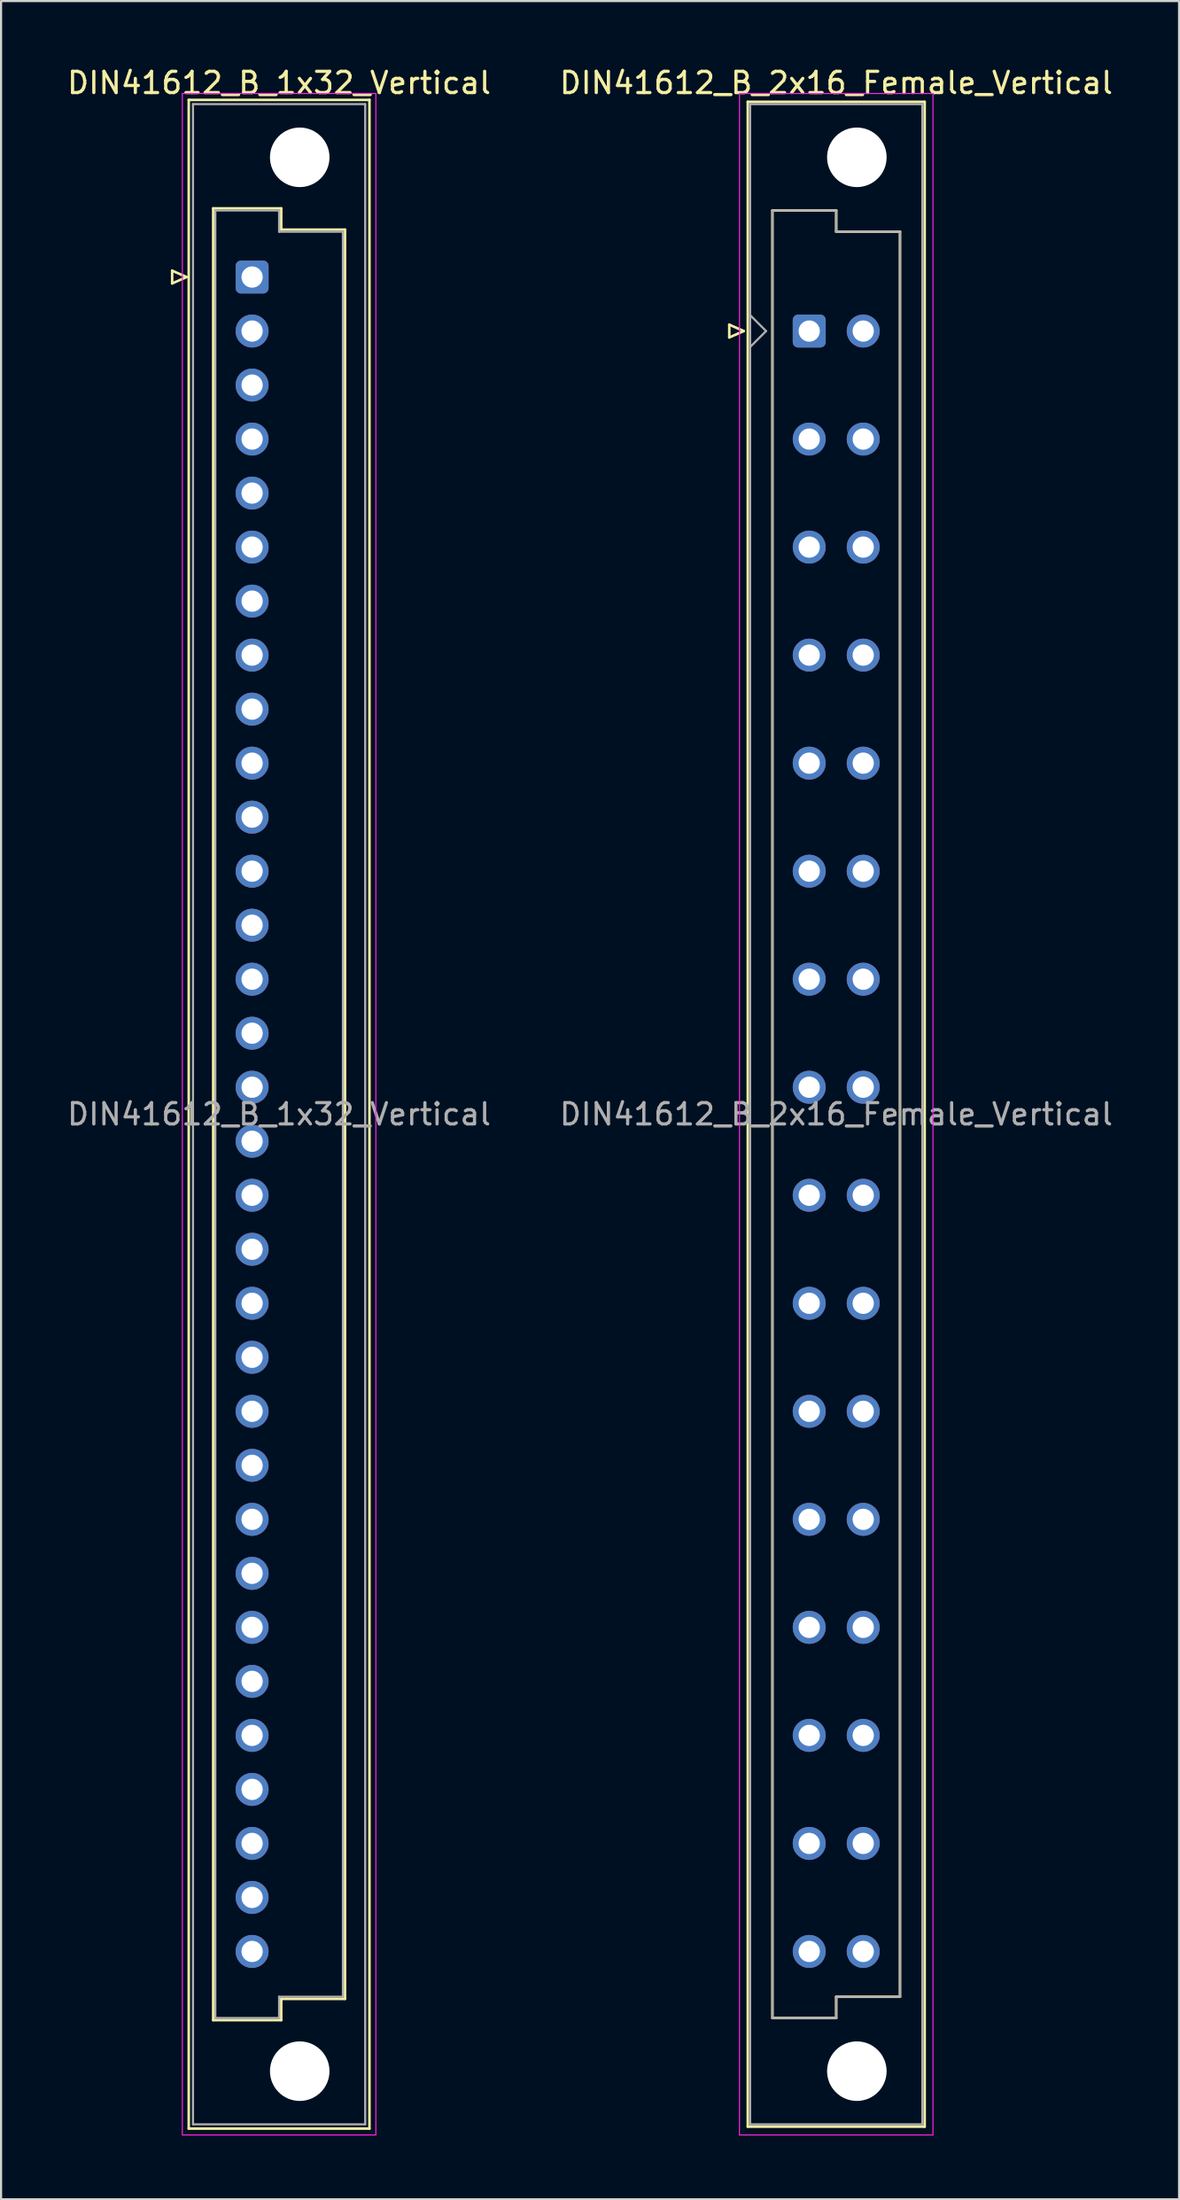
<source format=kicad_pcb>
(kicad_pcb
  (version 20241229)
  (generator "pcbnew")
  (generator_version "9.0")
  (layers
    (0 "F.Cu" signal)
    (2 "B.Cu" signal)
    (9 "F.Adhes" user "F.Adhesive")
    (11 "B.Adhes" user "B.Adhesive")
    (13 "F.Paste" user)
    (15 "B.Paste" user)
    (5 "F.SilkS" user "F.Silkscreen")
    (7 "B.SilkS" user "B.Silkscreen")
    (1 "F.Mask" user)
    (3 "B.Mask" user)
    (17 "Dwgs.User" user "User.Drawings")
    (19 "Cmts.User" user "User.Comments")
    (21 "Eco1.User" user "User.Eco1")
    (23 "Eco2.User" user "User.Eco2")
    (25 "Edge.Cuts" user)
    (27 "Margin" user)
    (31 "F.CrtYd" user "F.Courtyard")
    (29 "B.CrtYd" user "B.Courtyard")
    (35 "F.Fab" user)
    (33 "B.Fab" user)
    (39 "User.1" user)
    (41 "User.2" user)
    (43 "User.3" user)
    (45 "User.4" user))
  (footprint "DIN41612_B_1x32_Vertical"
    (layer "F.Cu")
    (at 8.807 9.978)
    (property "Reference" "DIN41612_B_1x32_Vertical" (at 1.27 -9.13 0) (layer "F.SilkS") (effects (font (size 1 1) (thickness 0.15))))
    (attr through_hole)
    (fp_line (start -3.76 -0.3) (end -3.76 0.3) (stroke (width 0.12) (type solid)) (layer "F.SilkS"))
    (fp_line (start -3.76 0.3) (end -3.08 0) (stroke (width 0.12) (type solid)) (layer "F.SilkS"))
    (fp_line (start -3.08 0) (end -3.76 -0.3) (stroke (width 0.12) (type solid)) (layer "F.SilkS"))
    (fp_line (start -2.98 -8.33) (end 5.52 -8.33) (stroke (width 0.12) (type solid)) (layer "F.SilkS"))
    (fp_line (start -2.98 87.07) (end -2.98 -8.33) (stroke (width 0.12) (type solid)) (layer "F.SilkS"))
    (fp_line (start -1.83 -3.23) (end 1.37 -3.23) (stroke (width 0.12) (type solid)) (layer "F.SilkS"))
    (fp_line (start -1.83 81.97) (end -1.83 -3.23) (stroke (width 0.12) (type solid)) (layer "F.SilkS"))
    (fp_line (start 1.37 -3.23) (end 1.37 -2.23) (stroke (width 0.12) (type solid)) (layer "F.SilkS"))
    (fp_line (start 1.37 -2.23) (end 4.37 -2.23) (stroke (width 0.12) (type solid)) (layer "F.SilkS"))
    (fp_line (start 1.37 80.97) (end 1.37 81.97) (stroke (width 0.12) (type solid)) (layer "F.SilkS"))
    (fp_line (start 1.37 81.97) (end -1.83 81.97) (stroke (width 0.12) (type solid)) (layer "F.SilkS"))
    (fp_line (start 4.37 -2.23) (end 4.37 80.97) (stroke (width 0.12) (type solid)) (layer "F.SilkS"))
    (fp_line (start 4.37 80.97) (end 1.37 80.97) (stroke (width 0.12) (type solid)) (layer "F.SilkS"))
    (fp_line (start 5.52 -8.33) (end 5.52 87.07) (stroke (width 0.12) (type solid)) (layer "F.SilkS"))
    (fp_line (start 5.52 87.07) (end -2.98 87.07) (stroke (width 0.12) (type solid)) (layer "F.SilkS"))
    (fp_line (start -3.28 -8.63) (end 5.82 -8.63) (stroke (width 0.05) (type solid)) (layer "F.CrtYd"))
    (fp_line (start -3.28 87.37) (end -3.28 -8.63) (stroke (width 0.05) (type solid)) (layer "F.CrtYd"))
    (fp_line (start 5.82 -8.63) (end 5.82 87.37) (stroke (width 0.05) (type solid)) (layer "F.CrtYd"))
    (fp_line (start 5.82 87.37) (end -3.28 87.37) (stroke (width 0.05) (type solid)) (layer "F.CrtYd"))
    (fp_line (start -2.78 -8.13) (end 5.32 -8.13) (stroke (width 0.1) (type solid)) (layer "F.Fab"))
    (fp_line (start -2.78 86.87) (end -2.78 -8.13) (stroke (width 0.1) (type solid)) (layer "F.Fab"))
    (fp_line (start -1.73 -3.13) (end 1.27 -3.13) (stroke (width 0.1) (type solid)) (layer "F.Fab"))
    (fp_line (start -1.73 81.87) (end -1.73 -3.13) (stroke (width 0.1) (type solid)) (layer "F.Fab"))
    (fp_line (start 1.27 -3.13) (end 1.27 -2.13) (stroke (width 0.1) (type solid)) (layer "F.Fab"))
    (fp_line (start 1.27 -2.13) (end 4.27 -2.13) (stroke (width 0.1) (type solid)) (layer "F.Fab"))
    (fp_line (start 1.27 80.87) (end 1.27 81.87) (stroke (width 0.1) (type solid)) (layer "F.Fab"))
    (fp_line (start 1.27 81.87) (end -1.73 81.87) (stroke (width 0.1) (type solid)) (layer "F.Fab"))
    (fp_line (start 4.27 -2.13) (end 4.27 80.87) (stroke (width 0.1) (type solid)) (layer "F.Fab"))
    (fp_line (start 4.27 80.87) (end 1.27 80.87) (stroke (width 0.1) (type solid)) (layer "F.Fab"))
    (fp_line (start 5.32 -8.13) (end 5.32 86.87) (stroke (width 0.1) (type solid)) (layer "F.Fab"))
    (fp_line (start 5.32 86.87) (end -2.78 86.87) (stroke (width 0.1) (type solid)) (layer "F.Fab"))
    (fp_text user "${REFERENCE}" (at 1.27 39.37 0) (layer "F.Fab") (effects (font (size 1 1) (thickness 0.15))))
    (pad "" np_thru_hole circle (at 2.24 -5.63) (size 2.8 2.8) (drill 2.8) (layers "*.Cu" "*.Mask"))
    (pad "" np_thru_hole circle (at 2.24 84.37) (size 2.8 2.8) (drill 2.8) (layers "*.Cu" "*.Mask"))
    (pad "a1" thru_hole roundrect (at 0 0) (size 1.55 1.55) (drill 1) (layers "*.Cu" "*.Mask") (roundrect_rratio 0.161))
    (pad "a2" thru_hole circle (at 0 2.54) (size 1.55 1.55) (drill 1) (layers "*.Cu" "*.Mask"))
    (pad "a3" thru_hole circle (at 0 5.08) (size 1.55 1.55) (drill 1) (layers "*.Cu" "*.Mask"))
    (pad "a4" thru_hole circle (at 0 7.62) (size 1.55 1.55) (drill 1) (layers "*.Cu" "*.Mask"))
    (pad "a5" thru_hole circle (at 0 10.16) (size 1.55 1.55) (drill 1) (layers "*.Cu" "*.Mask"))
    (pad "a6" thru_hole circle (at 0 12.7) (size 1.55 1.55) (drill 1) (layers "*.Cu" "*.Mask"))
    (pad "a7" thru_hole circle (at 0 15.24) (size 1.55 1.55) (drill 1) (layers "*.Cu" "*.Mask"))
    (pad "a8" thru_hole circle (at 0 17.78) (size 1.55 1.55) (drill 1) (layers "*.Cu" "*.Mask"))
    (pad "a9" thru_hole circle (at 0 20.32) (size 1.55 1.55) (drill 1) (layers "*.Cu" "*.Mask"))
    (pad "a10" thru_hole circle (at 0 22.86) (size 1.55 1.55) (drill 1) (layers "*.Cu" "*.Mask"))
    (pad "a11" thru_hole circle (at 0 25.4) (size 1.55 1.55) (drill 1) (layers "*.Cu" "*.Mask"))
    (pad "a12" thru_hole circle (at 0 27.94) (size 1.55 1.55) (drill 1) (layers "*.Cu" "*.Mask"))
    (pad "a13" thru_hole circle (at 0 30.48) (size 1.55 1.55) (drill 1) (layers "*.Cu" "*.Mask"))
    (pad "a14" thru_hole circle (at 0 33.02) (size 1.55 1.55) (drill 1) (layers "*.Cu" "*.Mask"))
    (pad "a15" thru_hole circle (at 0 35.56) (size 1.55 1.55) (drill 1) (layers "*.Cu" "*.Mask"))
    (pad "a16" thru_hole circle (at 0 38.1) (size 1.55 1.55) (drill 1) (layers "*.Cu" "*.Mask"))
    (pad "a17" thru_hole circle (at 0 40.64) (size 1.55 1.55) (drill 1) (layers "*.Cu" "*.Mask"))
    (pad "a18" thru_hole circle (at 0 43.18) (size 1.55 1.55) (drill 1) (layers "*.Cu" "*.Mask"))
    (pad "a19" thru_hole circle (at 0 45.72) (size 1.55 1.55) (drill 1) (layers "*.Cu" "*.Mask"))
    (pad "a20" thru_hole circle (at 0 48.26) (size 1.55 1.55) (drill 1) (layers "*.Cu" "*.Mask"))
    (pad "a21" thru_hole circle (at 0 50.8) (size 1.55 1.55) (drill 1) (layers "*.Cu" "*.Mask"))
    (pad "a22" thru_hole circle (at 0 53.34) (size 1.55 1.55) (drill 1) (layers "*.Cu" "*.Mask"))
    (pad "a23" thru_hole circle (at 0 55.88) (size 1.55 1.55) (drill 1) (layers "*.Cu" "*.Mask"))
    (pad "a24" thru_hole circle (at 0 58.42) (size 1.55 1.55) (drill 1) (layers "*.Cu" "*.Mask"))
    (pad "a25" thru_hole circle (at 0 60.96) (size 1.55 1.55) (drill 1) (layers "*.Cu" "*.Mask"))
    (pad "a26" thru_hole circle (at 0 63.5) (size 1.55 1.55) (drill 1) (layers "*.Cu" "*.Mask"))
    (pad "a27" thru_hole circle (at 0 66.04) (size 1.55 1.55) (drill 1) (layers "*.Cu" "*.Mask"))
    (pad "a28" thru_hole circle (at 0 68.58) (size 1.55 1.55) (drill 1) (layers "*.Cu" "*.Mask"))
    (pad "a29" thru_hole circle (at 0 71.12) (size 1.55 1.55) (drill 1) (layers "*.Cu" "*.Mask"))
    (pad "a30" thru_hole circle (at 0 73.66) (size 1.55 1.55) (drill 1) (layers "*.Cu" "*.Mask"))
    (pad "a31" thru_hole circle (at 0 76.2) (size 1.55 1.55) (drill 1) (layers "*.Cu" "*.Mask"))
    (pad "a32" thru_hole circle (at 0 78.74) (size 1.55 1.55) (drill 1) (layers "*.Cu" "*.Mask")))
  (footprint "DIN41612_B_2x16_Female_Vertical"
    (layer "F.Cu")
    (at 35.01 9.978)
    (property "Reference" "DIN41612_B_2x16_Female_Vertical" (at 1.27 -9.13 0) (layer "F.SilkS") (effects (font (size 1 1) (thickness 0.15))))
    (attr through_hole)
    (fp_line (start -3.76 2.24) (end -3.76 2.84) (stroke (width 0.12) (type solid)) (layer "F.SilkS"))
    (fp_line (start -3.76 2.84) (end -3.08 2.54) (stroke (width 0.12) (type solid)) (layer "F.SilkS"))
    (fp_line (start -3.08 2.54) (end -3.76 2.24) (stroke (width 0.12) (type solid)) (layer "F.SilkS"))
    (fp_line (start -2.89 -8.24) (end 5.43 -8.24) (stroke (width 0.12) (type solid)) (layer "F.SilkS"))
    (fp_line (start -2.89 86.98) (end -2.89 -8.24) (stroke (width 0.12) (type solid)) (layer "F.SilkS"))
    (fp_line (start -1.73 -3.13) (end 1.27 -3.13) (stroke (width 0.12) (type solid)) (layer "F.SilkS"))
    (fp_line (start -1.73 81.87) (end -1.73 -3.13) (stroke (width 0.12) (type solid)) (layer "F.SilkS"))
    (fp_line (start 1.27 -3.13) (end 1.27 -2.13) (stroke (width 0.12) (type solid)) (layer "F.SilkS"))
    (fp_line (start 1.27 -2.13) (end 4.27 -2.13) (stroke (width 0.12) (type solid)) (layer "F.SilkS"))
    (fp_line (start 1.27 80.87) (end 1.27 81.87) (stroke (width 0.12) (type solid)) (layer "F.SilkS"))
    (fp_line (start 1.27 81.87) (end -1.73 81.87) (stroke (width 0.12) (type solid)) (layer "F.SilkS"))
    (fp_line (start 4.27 -2.13) (end 4.27 80.87) (stroke (width 0.12) (type solid)) (layer "F.SilkS"))
    (fp_line (start 4.27 80.87) (end 1.27 80.87) (stroke (width 0.12) (type solid)) (layer "F.SilkS"))
    (fp_line (start 5.43 -8.24) (end 5.43 86.98) (stroke (width 0.12) (type solid)) (layer "F.SilkS"))
    (fp_line (start 5.43 86.98) (end -2.89 86.98) (stroke (width 0.12) (type solid)) (layer "F.SilkS"))
    (fp_line (start -3.28 -8.63) (end 5.82 -8.63) (stroke (width 0.05) (type solid)) (layer "F.CrtYd"))
    (fp_line (start -3.28 87.37) (end -3.28 -8.63) (stroke (width 0.05) (type solid)) (layer "F.CrtYd"))
    (fp_line (start 5.82 -8.63) (end 5.82 87.37) (stroke (width 0.05) (type solid)) (layer "F.CrtYd"))
    (fp_line (start 5.82 87.37) (end -3.28 87.37) (stroke (width 0.05) (type solid)) (layer "F.CrtYd"))
    (fp_line (start -2.78 -8.13) (end 5.32 -8.13) (stroke (width 0.1) (type solid)) (layer "F.Fab"))
    (fp_line (start -2.78 1.79) (end -2.03 2.54) (stroke (width 0.1) (type solid)) (layer "F.Fab"))
    (fp_line (start -2.78 86.87) (end -2.78 -8.13) (stroke (width 0.1) (type solid)) (layer "F.Fab"))
    (fp_line (start -2.03 2.54) (end -2.78 3.29) (stroke (width 0.1) (type solid)) (layer "F.Fab"))
    (fp_line (start -1.73 -3.13) (end 1.27 -3.13) (stroke (width 0.1) (type solid)) (layer "F.Fab"))
    (fp_line (start -1.73 81.87) (end -1.73 -3.13) (stroke (width 0.1) (type solid)) (layer "F.Fab"))
    (fp_line (start 1.27 -3.13) (end 1.27 -2.13) (stroke (width 0.1) (type solid)) (layer "F.Fab"))
    (fp_line (start 1.27 -2.13) (end 4.27 -2.13) (stroke (width 0.1) (type solid)) (layer "F.Fab"))
    (fp_line (start 1.27 80.87) (end 1.27 81.87) (stroke (width 0.1) (type solid)) (layer "F.Fab"))
    (fp_line (start 1.27 81.87) (end -1.73 81.87) (stroke (width 0.1) (type solid)) (layer "F.Fab"))
    (fp_line (start 4.27 -2.13) (end 4.27 80.87) (stroke (width 0.1) (type solid)) (layer "F.Fab"))
    (fp_line (start 4.27 80.87) (end 1.27 80.87) (stroke (width 0.1) (type solid)) (layer "F.Fab"))
    (fp_line (start 5.32 -8.13) (end 5.32 86.87) (stroke (width 0.1) (type solid)) (layer "F.Fab"))
    (fp_line (start 5.32 86.87) (end -2.78 86.87) (stroke (width 0.1) (type solid)) (layer "F.Fab"))
    (fp_text user "${REFERENCE}" (at 1.27 39.37 0) (layer "F.Fab") (effects (font (size 1 1) (thickness 0.15))))
    (pad "" np_thru_hole circle (at 2.24 -5.63) (size 2.8 2.8) (drill 2.8) (layers "*.Cu" "*.Mask"))
    (pad "" np_thru_hole circle (at 2.24 84.37) (size 2.8 2.8) (drill 2.8) (layers "*.Cu" "*.Mask"))
    (pad "a2" thru_hole roundrect (at 0 2.54) (size 1.55 1.55) (drill 1) (layers "*.Cu" "*.Mask") (roundrect_rratio 0.161))
    (pad "a4" thru_hole circle (at 0 7.62) (size 1.55 1.55) (drill 1) (layers "*.Cu" "*.Mask"))
    (pad "a6" thru_hole circle (at 0 12.7) (size 1.55 1.55) (drill 1) (layers "*.Cu" "*.Mask"))
    (pad "a8" thru_hole circle (at 0 17.78) (size 1.55 1.55) (drill 1) (layers "*.Cu" "*.Mask"))
    (pad "a10" thru_hole circle (at 0 22.86) (size 1.55 1.55) (drill 1) (layers "*.Cu" "*.Mask"))
    (pad "a12" thru_hole circle (at 0 27.94) (size 1.55 1.55) (drill 1) (layers "*.Cu" "*.Mask"))
    (pad "a14" thru_hole circle (at 0 33.02) (size 1.55 1.55) (drill 1) (layers "*.Cu" "*.Mask"))
    (pad "a16" thru_hole circle (at 0 38.1) (size 1.55 1.55) (drill 1) (layers "*.Cu" "*.Mask"))
    (pad "a18" thru_hole circle (at 0 43.18) (size 1.55 1.55) (drill 1) (layers "*.Cu" "*.Mask"))
    (pad "a20" thru_hole circle (at 0 48.26) (size 1.55 1.55) (drill 1) (layers "*.Cu" "*.Mask"))
    (pad "a22" thru_hole circle (at 0 53.34) (size 1.55 1.55) (drill 1) (layers "*.Cu" "*.Mask"))
    (pad "a24" thru_hole circle (at 0 58.42) (size 1.55 1.55) (drill 1) (layers "*.Cu" "*.Mask"))
    (pad "a26" thru_hole circle (at 0 63.5) (size 1.55 1.55) (drill 1) (layers "*.Cu" "*.Mask"))
    (pad "a28" thru_hole circle (at 0 68.58) (size 1.55 1.55) (drill 1) (layers "*.Cu" "*.Mask"))
    (pad "a30" thru_hole circle (at 0 73.66) (size 1.55 1.55) (drill 1) (layers "*.Cu" "*.Mask"))
    (pad "a32" thru_hole circle (at 0 78.74) (size 1.55 1.55) (drill 1) (layers "*.Cu" "*.Mask"))
    (pad "b2" thru_hole circle (at 2.54 2.54) (size 1.55 1.55) (drill 1) (layers "*.Cu" "*.Mask"))
    (pad "b4" thru_hole circle (at 2.54 7.62) (size 1.55 1.55) (drill 1) (layers "*.Cu" "*.Mask"))
    (pad "b6" thru_hole circle (at 2.54 12.7) (size 1.55 1.55) (drill 1) (layers "*.Cu" "*.Mask"))
    (pad "b8" thru_hole circle (at 2.54 17.78) (size 1.55 1.55) (drill 1) (layers "*.Cu" "*.Mask"))
    (pad "b10" thru_hole circle (at 2.54 22.86) (size 1.55 1.55) (drill 1) (layers "*.Cu" "*.Mask"))
    (pad "b12" thru_hole circle (at 2.54 27.94) (size 1.55 1.55) (drill 1) (layers "*.Cu" "*.Mask"))
    (pad "b14" thru_hole circle (at 2.54 33.02) (size 1.55 1.55) (drill 1) (layers "*.Cu" "*.Mask"))
    (pad "b16" thru_hole circle (at 2.54 38.1) (size 1.55 1.55) (drill 1) (layers "*.Cu" "*.Mask"))
    (pad "b18" thru_hole circle (at 2.54 43.18) (size 1.55 1.55) (drill 1) (layers "*.Cu" "*.Mask"))
    (pad "b20" thru_hole circle (at 2.54 48.26) (size 1.55 1.55) (drill 1) (layers "*.Cu" "*.Mask"))
    (pad "b22" thru_hole circle (at 2.54 53.34) (size 1.55 1.55) (drill 1) (layers "*.Cu" "*.Mask"))
    (pad "b24" thru_hole circle (at 2.54 58.42) (size 1.55 1.55) (drill 1) (layers "*.Cu" "*.Mask"))
    (pad "b26" thru_hole circle (at 2.54 63.5) (size 1.55 1.55) (drill 1) (layers "*.Cu" "*.Mask"))
    (pad "b28" thru_hole circle (at 2.54 68.58) (size 1.55 1.55) (drill 1) (layers "*.Cu" "*.Mask"))
    (pad "b30" thru_hole circle (at 2.54 73.66) (size 1.55 1.55) (drill 1) (layers "*.Cu" "*.Mask"))
    (pad "b32" thru_hole circle (at 2.54 78.74) (size 1.55 1.55) (drill 1) (layers "*.Cu" "*.Mask")))
  (gr_rect
    (start -3 -3)
    (end 52.405 100.373)
    (stroke (width 0.1) (type default))
    (fill no)
    (layer "Edge.Cuts")))
</source>
